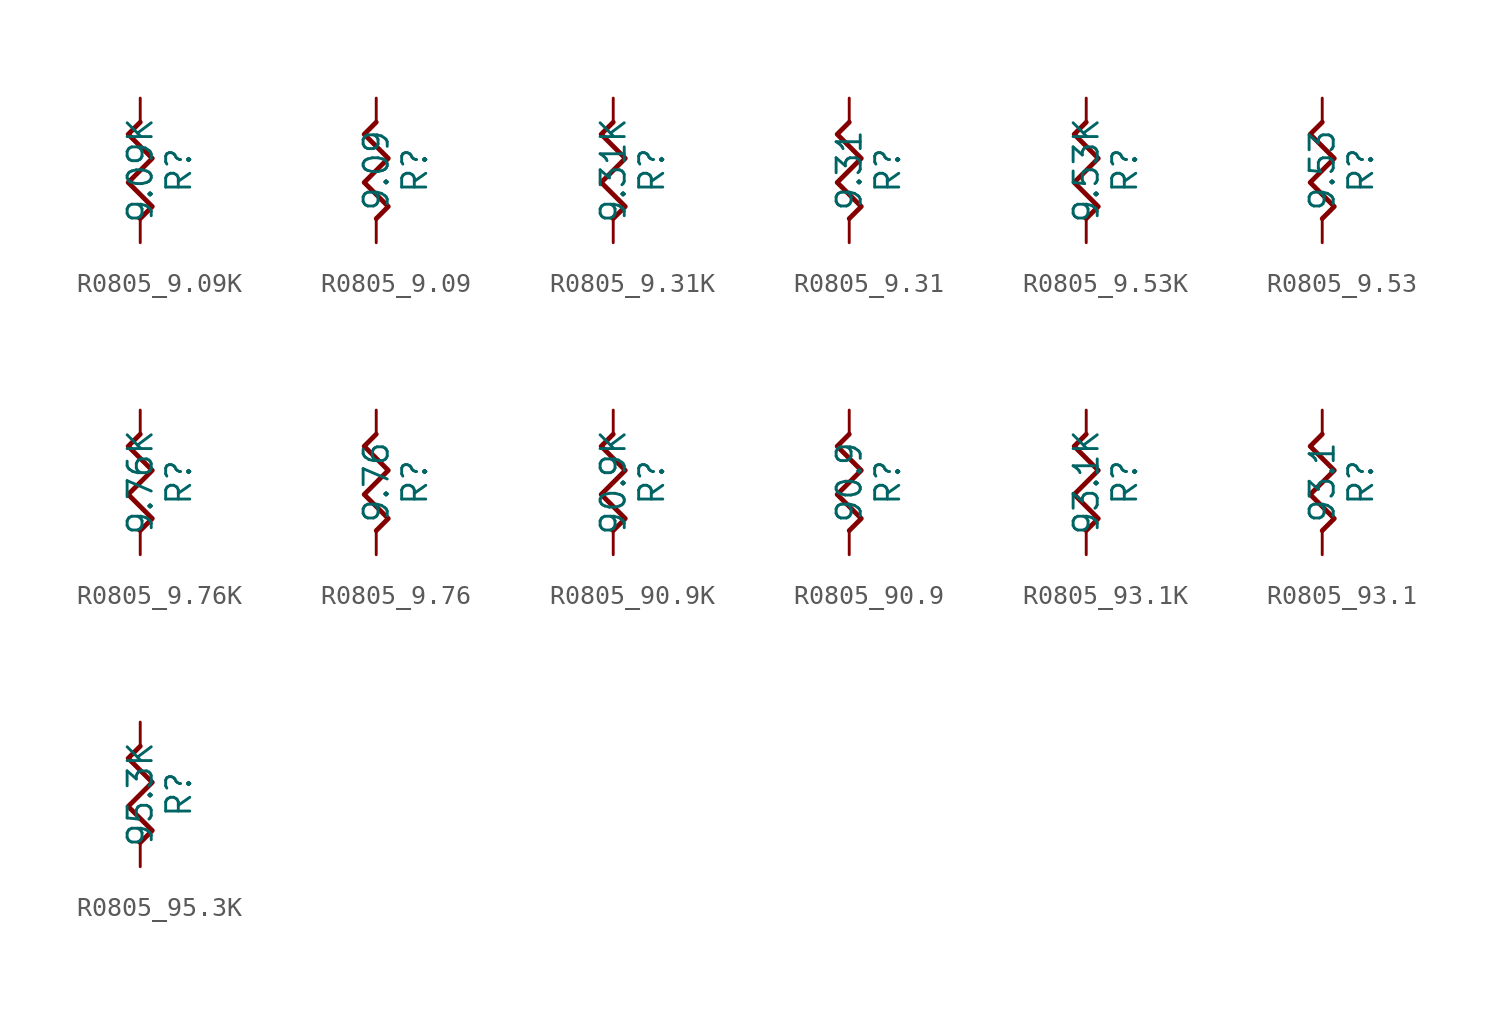
<source format=kicad_sym>
(kicad_symbol_lib
  (version 20211014)
  (generator atlantix-eda)
  (symbol "R0805_9.09K"
    (pin_numbers hide)
    (pin_names
      (offset 0))
    (property "Reference" "R"
      (at 2.032 0 90)
      (effects (font (size 1.27 1.27))))
    (property "Value" "9.09K"
      (at 0 0 90)
      (effects (font (size 1.27 1.27))))
    (symbol "R0805_9.09K_0_1"
      (polyline (pts (xy 0 -2.54) (xy 0.635 -1.905) (xy -0.635 -0.635) (xy 0.635 0.635) (xy -0.635 1.905) (xy 0 2.54)) (stroke (width 0.254) (type default) (color 0 0 0 0)) (fill (type none))))
    (symbol "R0805_9.09K_1_1"
      (pin passive line (at 0 3.81 270) (length 1.27) (name "~" (effects (font (size 1.27 1.27)))) (number "1" (effects (font (size 1.27 1.27)))))
      (pin passive line (at 0 -3.81 90) (length 1.27) (name "~" (effects (font (size 1.27 1.27)))) (number "2" (effects (font (size 1.27 1.27)))))))
  (symbol "R0805_9.09"
    (pin_numbers hide)
    (pin_names
      (offset 0))
    (property "Reference" "R"
      (at 2.032 0 90)
      (effects (font (size 1.27 1.27))))
    (property "Value" "9.09"
      (at 0 0 90)
      (effects (font (size 1.27 1.27))))
    (symbol "R0805_9.09_0_1"
      (polyline (pts (xy 0 -2.54) (xy 0.635 -1.905) (xy -0.635 -0.635) (xy 0.635 0.635) (xy -0.635 1.905) (xy 0 2.54)) (stroke (width 0.254) (type default) (color 0 0 0 0)) (fill (type none))))
    (symbol "R0805_9.09_1_1"
      (pin passive line (at 0 3.81 270) (length 1.27) (name "~" (effects (font (size 1.27 1.27)))) (number "1" (effects (font (size 1.27 1.27)))))
      (pin passive line (at 0 -3.81 90) (length 1.27) (name "~" (effects (font (size 1.27 1.27)))) (number "2" (effects (font (size 1.27 1.27)))))))
  (symbol "R0805_9.31K"
    (pin_numbers hide)
    (pin_names
      (offset 0))
    (property "Reference" "R"
      (at 2.032 0 90)
      (effects (font (size 1.27 1.27))))
    (property "Value" "9.31K"
      (at 0 0 90)
      (effects (font (size 1.27 1.27))))
    (symbol "R0805_9.31K_0_1"
      (polyline (pts (xy 0 -2.54) (xy 0.635 -1.905) (xy -0.635 -0.635) (xy 0.635 0.635) (xy -0.635 1.905) (xy 0 2.54)) (stroke (width 0.254) (type default) (color 0 0 0 0)) (fill (type none))))
    (symbol "R0805_9.31K_1_1"
      (pin passive line (at 0 3.81 270) (length 1.27) (name "~" (effects (font (size 1.27 1.27)))) (number "1" (effects (font (size 1.27 1.27)))))
      (pin passive line (at 0 -3.81 90) (length 1.27) (name "~" (effects (font (size 1.27 1.27)))) (number "2" (effects (font (size 1.27 1.27)))))))
  (symbol "R0805_9.31"
    (pin_numbers hide)
    (pin_names
      (offset 0))
    (property "Reference" "R"
      (at 2.032 0 90)
      (effects (font (size 1.27 1.27))))
    (property "Value" "9.31"
      (at 0 0 90)
      (effects (font (size 1.27 1.27))))
    (symbol "R0805_9.31_0_1"
      (polyline (pts (xy 0 -2.54) (xy 0.635 -1.905) (xy -0.635 -0.635) (xy 0.635 0.635) (xy -0.635 1.905) (xy 0 2.54)) (stroke (width 0.254) (type default) (color 0 0 0 0)) (fill (type none))))
    (symbol "R0805_9.31_1_1"
      (pin passive line (at 0 3.81 270) (length 1.27) (name "~" (effects (font (size 1.27 1.27)))) (number "1" (effects (font (size 1.27 1.27)))))
      (pin passive line (at 0 -3.81 90) (length 1.27) (name "~" (effects (font (size 1.27 1.27)))) (number "2" (effects (font (size 1.27 1.27)))))))
  (symbol "R0805_9.53K"
    (pin_numbers hide)
    (pin_names
      (offset 0))
    (property "Reference" "R"
      (at 2.032 0 90)
      (effects (font (size 1.27 1.27))))
    (property "Value" "9.53K"
      (at 0 0 90)
      (effects (font (size 1.27 1.27))))
    (symbol "R0805_9.53K_0_1"
      (polyline (pts (xy 0 -2.54) (xy 0.635 -1.905) (xy -0.635 -0.635) (xy 0.635 0.635) (xy -0.635 1.905) (xy 0 2.54)) (stroke (width 0.254) (type default) (color 0 0 0 0)) (fill (type none))))
    (symbol "R0805_9.53K_1_1"
      (pin passive line (at 0 3.81 270) (length 1.27) (name "~" (effects (font (size 1.27 1.27)))) (number "1" (effects (font (size 1.27 1.27)))))
      (pin passive line (at 0 -3.81 90) (length 1.27) (name "~" (effects (font (size 1.27 1.27)))) (number "2" (effects (font (size 1.27 1.27)))))))
  (symbol "R0805_9.53"
    (pin_numbers hide)
    (pin_names
      (offset 0))
    (property "Reference" "R"
      (at 2.032 0 90)
      (effects (font (size 1.27 1.27))))
    (property "Value" "9.53"
      (at 0 0 90)
      (effects (font (size 1.27 1.27))))
    (symbol "R0805_9.53_0_1"
      (polyline (pts (xy 0 -2.54) (xy 0.635 -1.905) (xy -0.635 -0.635) (xy 0.635 0.635) (xy -0.635 1.905) (xy 0 2.54)) (stroke (width 0.254) (type default) (color 0 0 0 0)) (fill (type none))))
    (symbol "R0805_9.53_1_1"
      (pin passive line (at 0 3.81 270) (length 1.27) (name "~" (effects (font (size 1.27 1.27)))) (number "1" (effects (font (size 1.27 1.27)))))
      (pin passive line (at 0 -3.81 90) (length 1.27) (name "~" (effects (font (size 1.27 1.27)))) (number "2" (effects (font (size 1.27 1.27)))))))
  (symbol "R0805_9.76K"
    (pin_numbers hide)
    (pin_names
      (offset 0))
    (property "Reference" "R"
      (at 2.032 0 90)
      (effects (font (size 1.27 1.27))))
    (property "Value" "9.76K"
      (at 0 0 90)
      (effects (font (size 1.27 1.27))))
    (symbol "R0805_9.76K_0_1"
      (polyline (pts (xy 0 -2.54) (xy 0.635 -1.905) (xy -0.635 -0.635) (xy 0.635 0.635) (xy -0.635 1.905) (xy 0 2.54)) (stroke (width 0.254) (type default) (color 0 0 0 0)) (fill (type none))))
    (symbol "R0805_9.76K_1_1"
      (pin passive line (at 0 3.81 270) (length 1.27) (name "~" (effects (font (size 1.27 1.27)))) (number "1" (effects (font (size 1.27 1.27)))))
      (pin passive line (at 0 -3.81 90) (length 1.27) (name "~" (effects (font (size 1.27 1.27)))) (number "2" (effects (font (size 1.27 1.27)))))))
  (symbol "R0805_9.76"
    (pin_numbers hide)
    (pin_names
      (offset 0))
    (property "Reference" "R"
      (at 2.032 0 90)
      (effects (font (size 1.27 1.27))))
    (property "Value" "9.76"
      (at 0 0 90)
      (effects (font (size 1.27 1.27))))
    (symbol "R0805_9.76_0_1"
      (polyline (pts (xy 0 -2.54) (xy 0.635 -1.905) (xy -0.635 -0.635) (xy 0.635 0.635) (xy -0.635 1.905) (xy 0 2.54)) (stroke (width 0.254) (type default) (color 0 0 0 0)) (fill (type none))))
    (symbol "R0805_9.76_1_1"
      (pin passive line (at 0 3.81 270) (length 1.27) (name "~" (effects (font (size 1.27 1.27)))) (number "1" (effects (font (size 1.27 1.27)))))
      (pin passive line (at 0 -3.81 90) (length 1.27) (name "~" (effects (font (size 1.27 1.27)))) (number "2" (effects (font (size 1.27 1.27)))))))
  (symbol "R0805_90.9K"
    (pin_numbers hide)
    (pin_names
      (offset 0))
    (property "Reference" "R"
      (at 2.032 0 90)
      (effects (font (size 1.27 1.27))))
    (property "Value" "90.9K"
      (at 0 0 90)
      (effects (font (size 1.27 1.27))))
    (symbol "R0805_90.9K_0_1"
      (polyline (pts (xy 0 -2.54) (xy 0.635 -1.905) (xy -0.635 -0.635) (xy 0.635 0.635) (xy -0.635 1.905) (xy 0 2.54)) (stroke (width 0.254) (type default) (color 0 0 0 0)) (fill (type none))))
    (symbol "R0805_90.9K_1_1"
      (pin passive line (at 0 3.81 270) (length 1.27) (name "~" (effects (font (size 1.27 1.27)))) (number "1" (effects (font (size 1.27 1.27)))))
      (pin passive line (at 0 -3.81 90) (length 1.27) (name "~" (effects (font (size 1.27 1.27)))) (number "2" (effects (font (size 1.27 1.27)))))))
  (symbol "R0805_90.9"
    (pin_numbers hide)
    (pin_names
      (offset 0))
    (property "Reference" "R"
      (at 2.032 0 90)
      (effects (font (size 1.27 1.27))))
    (property "Value" "90.9"
      (at 0 0 90)
      (effects (font (size 1.27 1.27))))
    (symbol "R0805_90.9_0_1"
      (polyline (pts (xy 0 -2.54) (xy 0.635 -1.905) (xy -0.635 -0.635) (xy 0.635 0.635) (xy -0.635 1.905) (xy 0 2.54)) (stroke (width 0.254) (type default) (color 0 0 0 0)) (fill (type none))))
    (symbol "R0805_90.9_1_1"
      (pin passive line (at 0 3.81 270) (length 1.27) (name "~" (effects (font (size 1.27 1.27)))) (number "1" (effects (font (size 1.27 1.27)))))
      (pin passive line (at 0 -3.81 90) (length 1.27) (name "~" (effects (font (size 1.27 1.27)))) (number "2" (effects (font (size 1.27 1.27)))))))
  (symbol "R0805_93.1K"
    (pin_numbers hide)
    (pin_names
      (offset 0))
    (property "Reference" "R"
      (at 2.032 0 90)
      (effects (font (size 1.27 1.27))))
    (property "Value" "93.1K"
      (at 0 0 90)
      (effects (font (size 1.27 1.27))))
    (symbol "R0805_93.1K_0_1"
      (polyline (pts (xy 0 -2.54) (xy 0.635 -1.905) (xy -0.635 -0.635) (xy 0.635 0.635) (xy -0.635 1.905) (xy 0 2.54)) (stroke (width 0.254) (type default) (color 0 0 0 0)) (fill (type none))))
    (symbol "R0805_93.1K_1_1"
      (pin passive line (at 0 3.81 270) (length 1.27) (name "~" (effects (font (size 1.27 1.27)))) (number "1" (effects (font (size 1.27 1.27)))))
      (pin passive line (at 0 -3.81 90) (length 1.27) (name "~" (effects (font (size 1.27 1.27)))) (number "2" (effects (font (size 1.27 1.27)))))))
  (symbol "R0805_93.1"
    (pin_numbers hide)
    (pin_names
      (offset 0))
    (property "Reference" "R"
      (at 2.032 0 90)
      (effects (font (size 1.27 1.27))))
    (property "Value" "93.1"
      (at 0 0 90)
      (effects (font (size 1.27 1.27))))
    (symbol "R0805_93.1_0_1"
      (polyline (pts (xy 0 -2.54) (xy 0.635 -1.905) (xy -0.635 -0.635) (xy 0.635 0.635) (xy -0.635 1.905) (xy 0 2.54)) (stroke (width 0.254) (type default) (color 0 0 0 0)) (fill (type none))))
    (symbol "R0805_93.1_1_1"
      (pin passive line (at 0 3.81 270) (length 1.27) (name "~" (effects (font (size 1.27 1.27)))) (number "1" (effects (font (size 1.27 1.27)))))
      (pin passive line (at 0 -3.81 90) (length 1.27) (name "~" (effects (font (size 1.27 1.27)))) (number "2" (effects (font (size 1.27 1.27)))))))
  (symbol "R0805_95.3K"
    (pin_numbers hide)
    (pin_names
      (offset 0))
    (property "Reference" "R"
      (at 2.032 0 90)
      (effects (font (size 1.27 1.27))))
    (property "Value" "95.3K"
      (at 0 0 90)
      (effects (font (size 1.27 1.27))))
    (symbol "R0805_95.3K_0_1"
      (polyline (pts (xy 0 -2.54) (xy 0.635 -1.905) (xy -0.635 -0.635) (xy 0.635 0.635) (xy -0.635 1.905) (xy 0 2.54)) (stroke (width 0.254) (type default) (color 0 0 0 0)) (fill (type none))))
    (symbol "R0805_95.3K_1_1"
      (pin passive line (at 0 3.81 270) (length 1.27) (name "~" (effects (font (size 1.27 1.27)))) (number "1" (effects (font (size 1.27 1.27)))))
      (pin passive line (at 0 -3.81 90) (length 1.27) (name "~" (effects (font (size 1.27 1.27)))) (number "2" (effects (font (size 1.27 1.27))))))))
</source>
